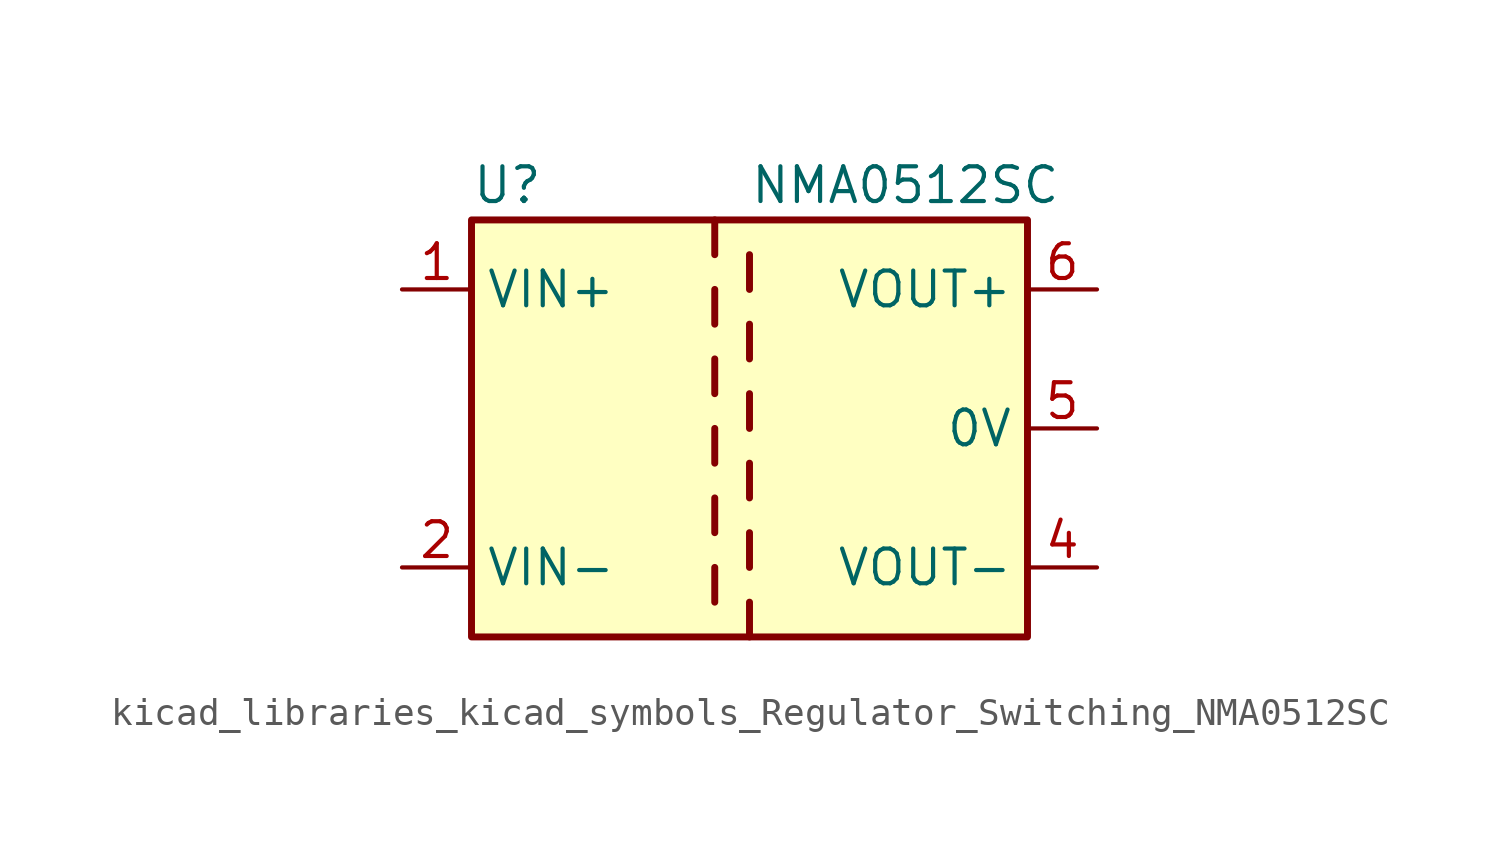
<source format=kicad_sym>
(kicad_symbol_lib
  (version 20220914)
  (generator kicad_symbol_editor)
  (symbol "kicad_libraries_kicad_symbols_Regulator_Switching_NMA0512SC"
    (property "Reference" "U"
      (at -10.16 8.89 0)
      (effects (font (size 1.27 1.27)) (justify left)))
    (property "Value" "NMA0512SC"
      (at 0 8.89 0)
      (effects (font (size 1.27 1.27)) (justify left)))
    (symbol "kicad_libraries_kicad_symbols_Regulator_Switching_NMA0512SC_0_1"
      (rectangle (start -10.16 7.62) (end 10.16 -7.62) (stroke (width 0.254) (type default)) (fill (type background)))
      (polyline (pts (xy -1.27 -5.08) (xy -1.27 -6.35)) (stroke (width 0.254) (type default)) (fill (type none)))
      (polyline (pts (xy -1.27 -2.54) (xy -1.27 -3.81)) (stroke (width 0.254) (type default)) (fill (type none)))
      (polyline (pts (xy -1.27 0) (xy -1.27 -1.27)) (stroke (width 0.254) (type default)) (fill (type none)))
      (polyline (pts (xy -1.27 2.54) (xy -1.27 1.27)) (stroke (width 0.254) (type default)) (fill (type none)))
      (polyline (pts (xy -1.27 5.08) (xy -1.27 3.81)) (stroke (width 0.254) (type default)) (fill (type none)))
      (polyline (pts (xy -1.27 7.62) (xy -1.27 6.35)) (stroke (width 0.254) (type default)) (fill (type none)))
      (polyline (pts (xy 0 -7.62) (xy 0 -6.35)) (stroke (width 0.254) (type default)) (fill (type none)))
      (polyline (pts (xy 0 -5.08) (xy 0 -3.81)) (stroke (width 0.254) (type default)) (fill (type none)))
      (polyline (pts (xy 0 -1.27) (xy 0 -2.54)) (stroke (width 0.254) (type default)) (fill (type none)))
      (polyline (pts (xy 0 0) (xy 0 1.27)) (stroke (width 0.254) (type default)) (fill (type none)))
      (polyline (pts (xy 0 2.54) (xy 0 3.81)) (stroke (width 0.254) (type default)) (fill (type none)))
      (polyline (pts (xy 0 5.08) (xy 0 6.35)) (stroke (width 0.254) (type default)) (fill (type none))))
    (symbol "kicad_libraries_kicad_symbols_Regulator_Switching_NMA0512SC_1_1"
      (pin power_in line (at -12.7 5.08 0) (length 2.54) (name "VIN+" (effects (font (size 1.27 1.27)))) (number "1" (effects (font (size 1.27 1.27)))))
      (pin power_in line (at -12.7 -5.08 0) (length 2.54) (name "VIN-" (effects (font (size 1.27 1.27)))) (number "2" (effects (font (size 1.27 1.27)))))
      (pin power_out line (at 12.7 -5.08 180) (length 2.54) (name "VOUT-" (effects (font (size 1.27 1.27)))) (number "4" (effects (font (size 1.27 1.27)))))
      (pin power_out line (at 12.7 0 180) (length 2.54) (name "0V" (effects (font (size 1.27 1.27)))) (number "5" (effects (font (size 1.27 1.27)))))
      (pin power_out line (at 12.7 5.08 180) (length 2.54) (name "VOUT+" (effects (font (size 1.27 1.27)))) (number "6" (effects (font (size 1.27 1.27))))))))
</source>
